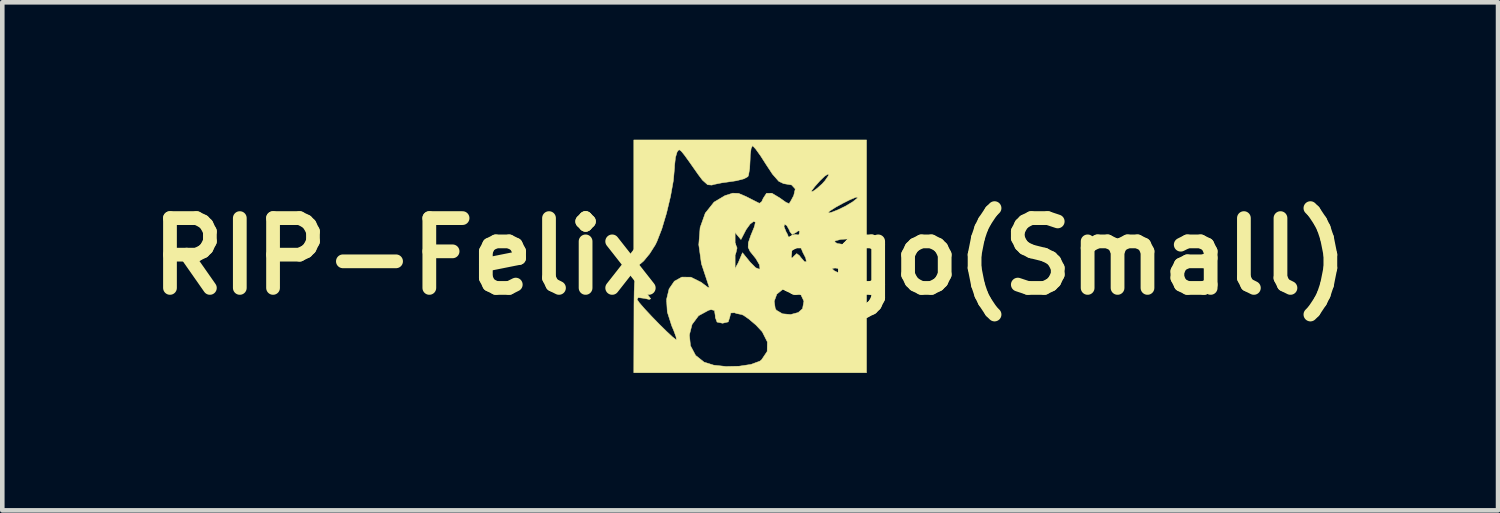
<source format=kicad_pcb>
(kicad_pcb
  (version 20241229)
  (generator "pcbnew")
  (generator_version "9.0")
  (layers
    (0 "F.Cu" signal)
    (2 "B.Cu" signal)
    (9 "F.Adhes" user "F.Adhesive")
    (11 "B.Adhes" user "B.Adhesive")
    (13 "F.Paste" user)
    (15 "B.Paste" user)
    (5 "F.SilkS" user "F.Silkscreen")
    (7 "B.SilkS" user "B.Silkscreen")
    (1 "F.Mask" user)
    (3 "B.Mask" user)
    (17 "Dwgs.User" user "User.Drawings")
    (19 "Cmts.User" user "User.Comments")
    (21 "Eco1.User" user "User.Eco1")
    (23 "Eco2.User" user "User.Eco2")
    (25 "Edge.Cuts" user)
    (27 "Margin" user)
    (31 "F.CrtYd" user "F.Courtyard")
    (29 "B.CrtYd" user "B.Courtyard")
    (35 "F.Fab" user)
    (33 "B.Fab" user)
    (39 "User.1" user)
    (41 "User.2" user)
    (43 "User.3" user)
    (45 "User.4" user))
  (footprint "RIP-Felix Logo(Small)"
    (layer "F.Cu")
    (at 13.324 2.545)
    (property "Reference" "RIP-Felix Logo(Small)" (at 0 0 0) (layer "F.SilkS") (effects (font (size 1.524 1.524) (thickness 0.3))))
    (attr through_hole)
    (fp_poly (pts (xy 2.54 2.54) (xy -2.54 2.54) (xy -2.537 1.445) (xy -2.536 1.051) (xy -2.532 0.769) (xy -2.525 0.586) (xy -2.513 0.487) (xy -2.493 0.458) (xy -2.466 0.485) (xy -2.434 0.54) (xy -2.332 0.711) (xy -2.232 0.846) (xy -2.171 0.925) (xy -2.201 0.941) (xy -2.312 0.917) (xy -2.444 0.9) (xy -2.469 0.941) (xy -2.417 1.016) (xy -2.303 1.147) (xy -2.151 1.31) (xy -1.983 1.483) (xy -1.822 1.641) (xy -1.693 1.761) (xy -1.618 1.819) (xy -1.609 1.82) (xy -1.619 1.754) (xy -1.633 1.715) (xy -1.327 1.715) (xy -1.303 1.951) (xy -1.191 2.162) (xy -1.006 2.309) (xy -0.796 2.375) (xy -0.527 2.404) (xy -0.242 2.398) (xy 0.017 2.359) (xy 0.208 2.289) (xy 0.248 2.259) (xy 0.371 2.076) (xy 0.375 1.868) (xy 0.263 1.646) (xy 0.127 1.5) (xy -0.025 1.371) (xy -0.143 1.288) (xy -0.185 1.27) (xy -0.292 1.249) (xy -0.344 1.231) (xy -0.424 1.236) (xy -0.445 1.327) (xy -0.479 1.431) (xy -0.6 1.46) (xy -0.603 1.46) (xy -0.723 1.435) (xy -0.761 1.334) (xy -0.762 1.297) (xy -0.779 1.182) (xy -0.851 1.163) (xy -0.905 1.176) (xy -1.126 1.296) (xy -1.268 1.486) (xy -1.327 1.715) (xy -1.633 1.715) (xy -1.671 1.613) (xy -1.712 1.518) (xy -1.809 1.214) (xy -1.823 0.98) (xy 0.525 0.98) (xy 0.547 1.136) (xy 0.572 1.176) (xy 0.705 1.254) (xy 0.883 1.27) (xy 1.05 1.226) (xy 1.143 1.143) (xy 1.173 0.978) (xy 1.105 0.834) (xy 0.965 0.737) (xy 0.781 0.713) (xy 0.699 0.73) (xy 0.582 0.825) (xy 0.525 0.98) (xy -1.823 0.98) (xy -1.825 0.939) (xy -1.77 0.711) (xy -1.655 0.543) (xy -1.492 0.453) (xy -1.293 0.455) (xy -1.069 0.567) (xy -1.044 0.586) (xy -0.929 0.673) (xy -0.892 0.681) (xy -0.913 0.614) (xy -0.918 0.602) (xy -1.064 0.161) (xy -1.122 -0.254) (xy -1.093 -0.626) (xy -1.059 -0.721) (xy -0.59 -0.721) (xy -0.576 -0.638) (xy -0.497 -0.502) (xy -0.439 -0.426) (xy -0.326 -0.28) (xy -0.286 -0.183) (xy -0.308 -0.085) (xy -0.346 -0.005) (xy -0.431 0.193) (xy -0.431 0.299) (xy -0.389 0.318) (xy -0.329 0.265) (xy -0.258 0.137) (xy -0.251 0.119) (xy -0.168 -0.079) (xy 0.001 0.129) (xy 0.12 0.249) (xy 0.199 0.28) (xy 0.213 0.269) (xy 0.213 0.265) (xy 1.783 0.265) (xy 1.829 0.309) (xy 1.841 0.318) (xy 1.958 0.374) (xy 2.013 0.364) (xy 2 0.318) (xy 1.91 0.262) (xy 1.854 0.255) (xy 1.783 0.265) (xy 0.213 0.265) (xy 0.202 0.183) (xy 0.124 0.049) (xy 0.084 -0.001) (xy -0.003 -0.109) (xy -0.044 -0.196) (xy -0.04 -0.298) (xy 0.012 -0.451) (xy 0.094 -0.651) (xy 0.094 -0.651) (xy 0.738 -0.651) (xy 0.785 -0.533) (xy 0.812 -0.485) (xy 0.903 -0.251) (xy 0.909 -0.088) (xy 0.897 0.028) (xy 0.922 0.034) (xy 0.951 0) (xy 1.016 -0.06) (xy 1.078 -0.013) (xy 1.098 0.016) (xy 1.187 0.119) (xy 1.228 0.118) (xy 1.211 0.033) (xy 1.151 -0.083) (xy 1.057 -0.311) (xy 1.058 -0.318) (xy 1.841 -0.318) (xy 1.899 -0.281) (xy 2.045 -0.258) (xy 2.159 -0.254) (xy 2.34 -0.265) (xy 2.455 -0.295) (xy 2.477 -0.318) (xy 2.419 -0.354) (xy 2.273 -0.377) (xy 2.159 -0.381) (xy 1.978 -0.37) (xy 1.863 -0.34) (xy 1.841 -0.318) (xy 1.058 -0.318) (xy 1.061 -0.448) (xy 1.081 -0.553) (xy 1.045 -0.555) (xy 1.001 -0.521) (xy 0.917 -0.475) (xy 0.868 -0.538) (xy 0.858 -0.568) (xy 0.799 -0.673) (xy 0.751 -0.699) (xy 0.738 -0.651) (xy 0.094 -0.651) (xy 0.114 -0.747) (xy 0.074 -0.761) (xy -0.001 -0.705) (xy -0.085 -0.589) (xy -0.099 -0.564) (xy -0.201 -0.367) (xy -0.376 -0.576) (xy -0.489 -0.689) (xy -0.571 -0.73) (xy -0.59 -0.721) (xy -1.059 -0.721) (xy -0.981 -0.941) (xy -0.978 -0.945) (xy 1.707 -0.945) (xy 1.781 -0.962) (xy 1.915 -1.015) (xy 2.08 -1.095) (xy 2.237 -1.189) (xy 2.335 -1.266) (xy 2.349 -1.292) (xy 2.301 -1.287) (xy 2.179 -1.236) (xy 2.021 -1.157) (xy 1.863 -1.07) (xy 1.742 -0.992) (xy 1.72 -0.975) (xy 1.707 -0.945) (xy -0.978 -0.945) (xy -0.789 -1.183) (xy -0.551 -1.325) (xy -0.381 -1.379) (xy -0.252 -1.374) (xy -0.092 -1.306) (xy -0.076 -1.298) (xy 0.081 -1.218) (xy 0.186 -1.165) (xy 0.201 -1.157) (xy 0.25 -1.191) (xy 0.285 -1.267) (xy 0.356 -1.376) (xy 0.474 -1.378) (xy 0.649 -1.273) (xy 0.662 -1.263) (xy 0.781 -1.179) (xy 0.849 -1.15) (xy 0.852 -1.152) (xy 0.893 -1.219) (xy 0.95 -1.326) (xy 0.971 -1.414) (xy 1.333 -1.414) (xy 1.372 -1.419) (xy 1.463 -1.485) (xy 1.571 -1.582) (xy 1.633 -1.651) (xy 1.71 -1.764) (xy 1.704 -1.798) (xy 1.629 -1.752) (xy 1.524 -1.651) (xy 1.408 -1.52) (xy 1.341 -1.431) (xy 1.333 -1.414) (xy 0.971 -1.414) (xy 0.984 -1.471) (xy 0.905 -1.558) (xy 0.73 -1.587) (xy 0.624 -1.638) (xy 0.487 -1.794) (xy 0.351 -2) (xy 0.225 -2.197) (xy 0.12 -2.343) (xy 0.056 -2.411) (xy 0.05 -2.413) (xy 0.021 -2.356) (xy 0.002 -2.211) (xy -0.001 -2.111) (xy -0.011 -1.918) (xy -0.035 -1.775) (xy -0.049 -1.74) (xy -0.134 -1.693) (xy -0.301 -1.65) (xy -0.413 -1.633) (xy -0.62 -1.604) (xy -0.787 -1.57) (xy -0.837 -1.555) (xy -0.929 -1.563) (xy -1.042 -1.664) (xy -1.136 -1.789) (xy -1.312 -2.04) (xy -1.429 -2.203) (xy -1.501 -2.292) (xy -1.543 -2.325) (xy -1.57 -2.314) (xy -1.594 -2.277) (xy -1.595 -2.277) (xy -1.63 -2.16) (xy -1.65 -1.981) (xy -1.651 -1.937) (xy -1.676 -1.656) (xy -1.738 -1.31) (xy -1.826 -0.942) (xy -1.929 -0.597) (xy -2.037 -0.32) (xy -2.071 -0.251) (xy -2.194 -0.057) (xy -2.324 0.101) (xy -2.391 0.159) (xy -2.54 0.257) (xy -2.54 -2.54) (xy 2.54 -2.54) (xy 2.54 2.54)) (stroke (width 0.01) (type solid)) (fill yes) (layer "F.SilkS")))
  (gr_rect
    (start -3 -3)
    (end 29.648 8.09)
    (stroke (width 0.1) (type default))
    (fill no)
    (layer "Edge.Cuts")))
</source>
